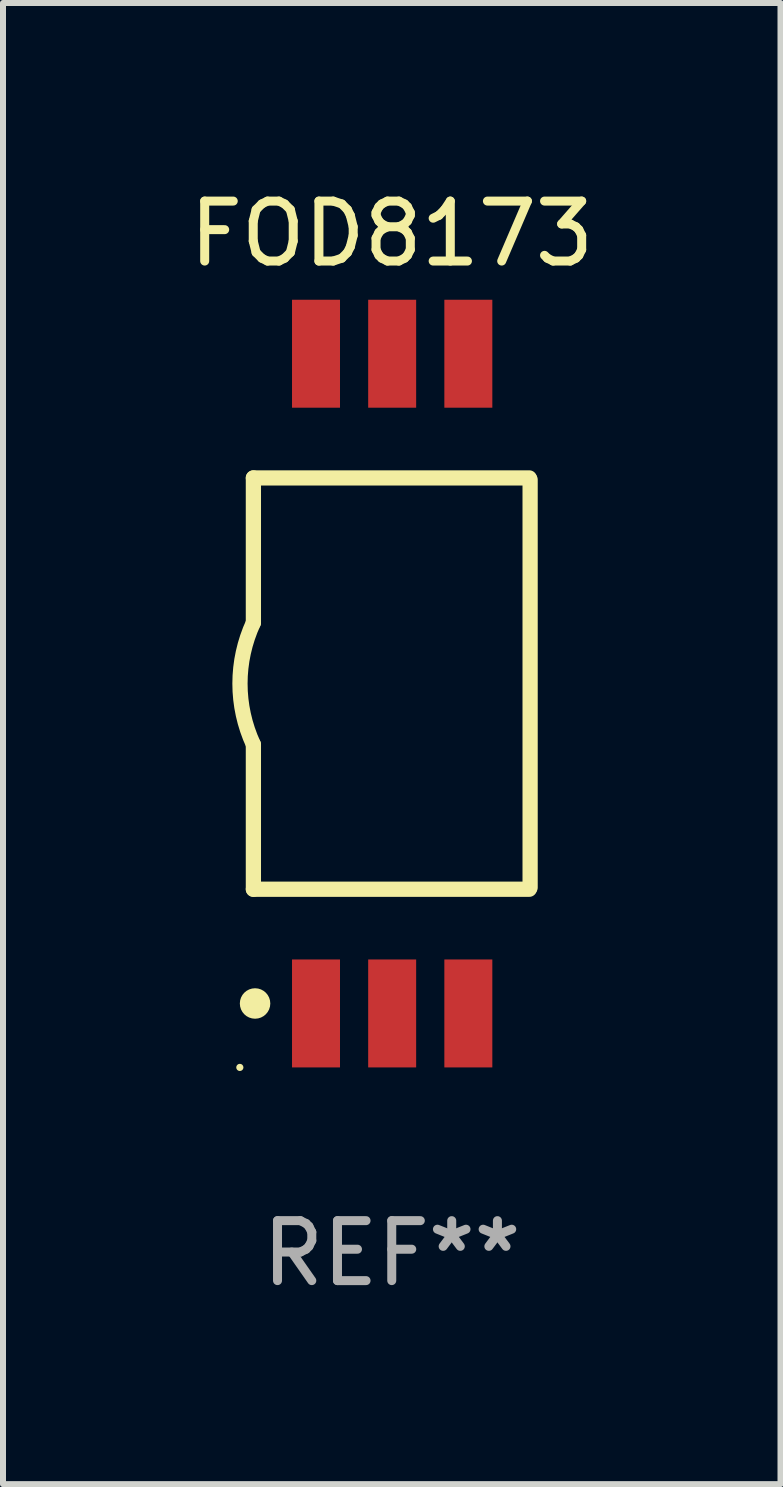
<source format=kicad_pcb>
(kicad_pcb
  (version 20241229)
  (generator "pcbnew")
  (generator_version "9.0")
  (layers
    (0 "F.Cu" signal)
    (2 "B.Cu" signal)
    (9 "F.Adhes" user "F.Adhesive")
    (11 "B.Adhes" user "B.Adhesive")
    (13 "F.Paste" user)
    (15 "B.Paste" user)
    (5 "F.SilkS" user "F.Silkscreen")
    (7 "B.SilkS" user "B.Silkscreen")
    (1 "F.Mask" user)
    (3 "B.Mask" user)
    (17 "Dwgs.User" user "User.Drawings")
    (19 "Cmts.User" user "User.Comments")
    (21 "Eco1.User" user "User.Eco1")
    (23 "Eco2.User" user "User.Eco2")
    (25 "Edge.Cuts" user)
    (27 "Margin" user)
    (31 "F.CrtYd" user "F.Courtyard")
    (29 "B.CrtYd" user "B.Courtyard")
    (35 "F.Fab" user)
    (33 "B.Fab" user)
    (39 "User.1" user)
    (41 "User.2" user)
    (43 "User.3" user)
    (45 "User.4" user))
  (footprint "FOD8173"
    (layer "F.Cu")
    (at 3.482 8.348)
    (property "Reference" "FOD8173" (at 0 -7.5 0) (layer "F.SilkS") (effects (font (size 1 1) (thickness 0.15))))
    (attr through_hole)
    (fp_line (start -2.307 -3.429) (end -2.307 -1.016) (stroke (width 0.254) (type solid)) (layer "F.SilkS"))
    (fp_line (start -2.307 -3.429) (end 2.293 -3.429) (stroke (width 0.254) (type solid)) (layer "F.SilkS"))
    (fp_line (start -2.307 3.429) (end -2.307 1.016) (stroke (width 0.254) (type solid)) (layer "F.SilkS"))
    (fp_line (start 2.293 3.429) (end -2.307 3.429) (stroke (width 0.254) (type solid)) (layer "F.SilkS"))
    (fp_line (start 2.307 -3.4) (end 2.307 3.4) (stroke (width 0.254) (type solid)) (layer "F.SilkS"))
    (fp_arc (start -2.306973 1.016002) (mid -2.53069 0.000003) (end -2.306998 -1.016002) (stroke (width 0.254001) (type solid)) (layer "F.SilkS"))
    (fp_circle (center -2.533 6.4) (end -2.503 6.4) (stroke (width 0.06) (type solid)) (fill no) (layer "F.SilkS"))
    (fp_circle (center -2.279 5.334) (end -2.152 5.334) (stroke (width 0.254) (type solid)) (fill no) (layer "F.SilkS"))
    (fp_text user "REF**" (at 0 9.5 0) (layer "F.Fab") (effects (font (size 1 1) (thickness 0.15))))
    (pad "1" smd rect (at -1.263 5.5 180) (size 0.8 1.8) (layers "F.Cu" "F.Mask" "F.Paste"))
    (pad "2" smd rect (at 0.007 5.5 180) (size 0.8 1.8) (layers "F.Cu" "F.Mask" "F.Paste"))
    (pad "3" smd rect (at 1.277 5.5 180) (size 0.8 1.8) (layers "F.Cu" "F.Mask" "F.Paste"))
    (pad "4" smd rect (at 1.277 -5.5 180) (size 0.8 1.8) (layers "F.Cu" "F.Mask" "F.Paste"))
    (pad "5" smd rect (at 0.007 -5.5 180) (size 0.8 1.8) (layers "F.Cu" "F.Mask" "F.Paste"))
    (pad "6" smd rect (at -1.263 -5.5 180) (size 0.8 1.8) (layers "F.Cu" "F.Mask" "F.Paste")))
  (gr_rect
    (start -3 -3)
    (end 9.964 21.696)
    (stroke (width 0.1) (type default))
    (fill no)
    (layer "Edge.Cuts")))
</source>
